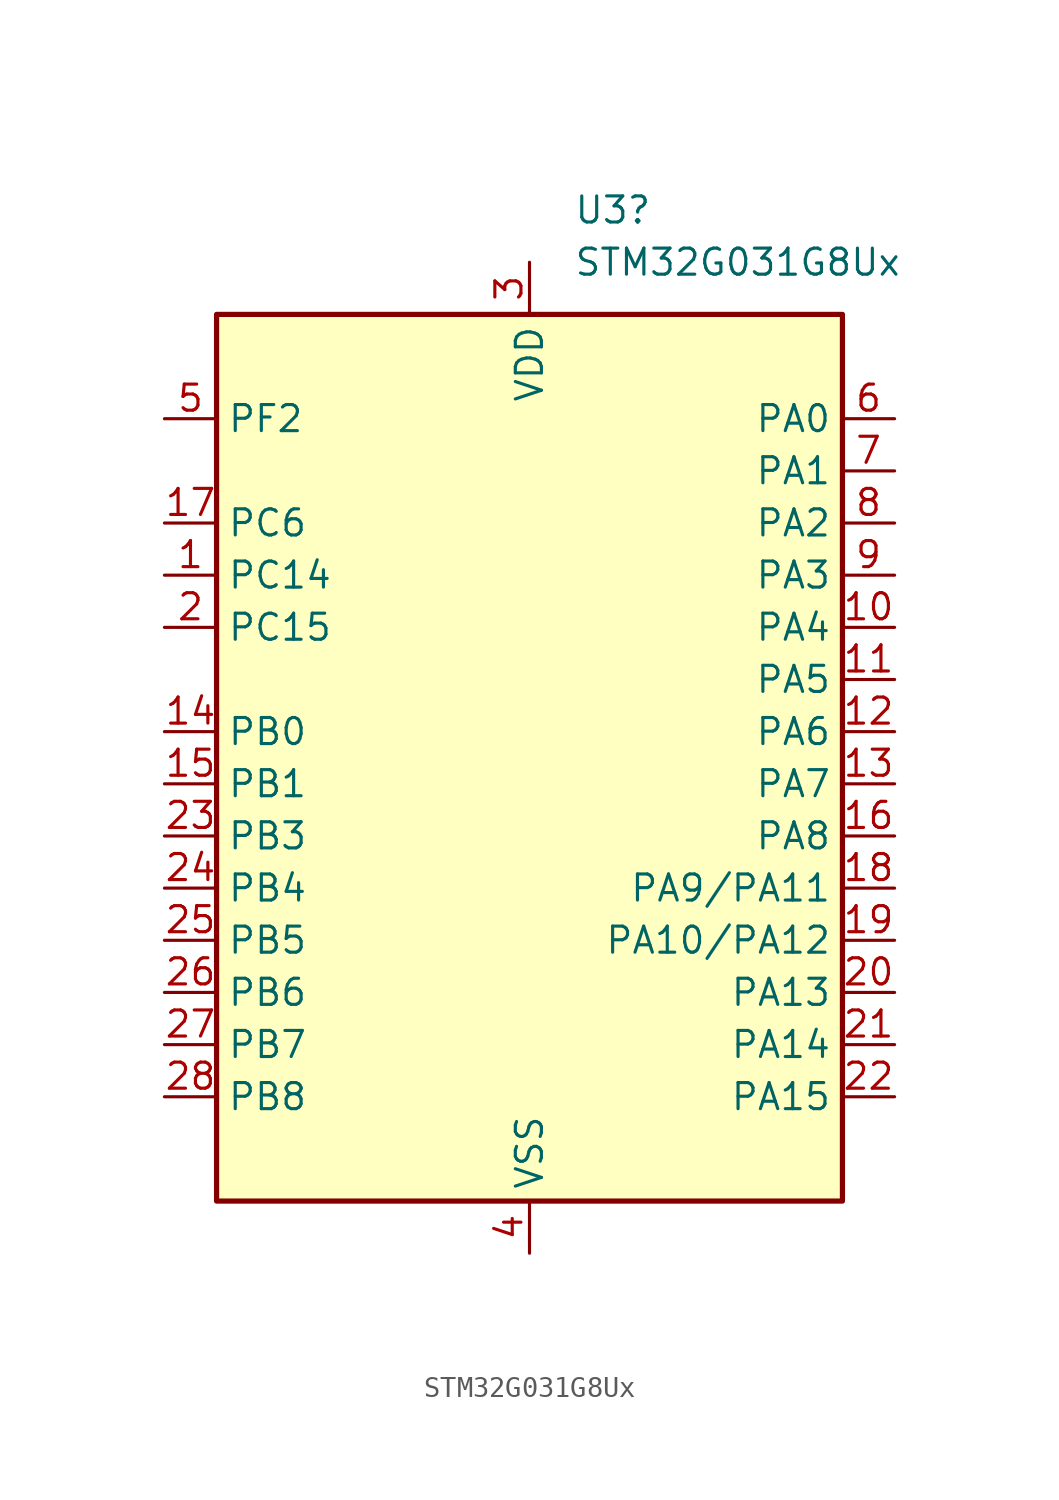
<source format=kicad_sym>
(kicad_symbol_lib
  (version 20241209)
  (generator "kicad_symbol_editor")
  (generator_version "9.0")
  (symbol "STM32G031G8Ux"
    (property "Reference" "U3"
      (at 2.143 27.94 0)
      (effects (font (size 1.27 1.27)) (justify left)))
    (property "Value" "STM32G031G8Ux"
      (at 2.143 25.4 0)
      (effects (font (size 1.27 1.27)) (justify left)))
    (symbol "STM32G031G8Ux_0_1"
      (rectangle (start -15.24 22.86) (end 15.24 -20.32) (stroke (width 0.254) (type default)) (fill (type background))))
    (symbol "STM32G031G8Ux_1_1"
      (pin bidirectional line (at -17.78 17.78 0) (length 2.54) (name "PF2" (effects (font (size 1.27 1.27)))) (number "5" (effects (font (size 1.27 1.27)))) (alternate "RCC_MCO" bidirectional line))
      (pin bidirectional line (at -17.78 12.7 0) (length 2.54) (name "PC6" (effects (font (size 1.27 1.27)))) (number "17" (effects (font (size 1.27 1.27)))) (alternate "TIM2_CH3" bidirectional line) (alternate "TIM3_CH1" bidirectional line))
      (pin bidirectional line (at -17.78 10.16 0) (length 2.54) (name "PC14" (effects (font (size 1.27 1.27)))) (number "1" (effects (font (size 1.27 1.27)))) (alternate "RCC_OSC32_IN" bidirectional line) (alternate "RCC_OSC_IN" bidirectional line) (alternate "TIM1_BK2" bidirectional line))
      (pin bidirectional line (at -17.78 7.62 0) (length 2.54) (name "PC15" (effects (font (size 1.27 1.27)))) (number "2" (effects (font (size 1.27 1.27)))) (alternate "RCC_OSC32_EN" bidirectional line) (alternate "RCC_OSC32_OUT" bidirectional line) (alternate "RCC_OSC_EN" bidirectional line))
      (pin bidirectional line (at -17.78 2.54 0) (length 2.54) (name "PB0" (effects (font (size 1.27 1.27)))) (number "14" (effects (font (size 1.27 1.27)))) (alternate "ADC1_IN8" bidirectional line) (alternate "I2S1_WS" bidirectional line) (alternate "LPTIM1_OUT" bidirectional line) (alternate "SPI1_NSS" bidirectional line) (alternate "TIM1_CH2N" bidirectional line) (alternate "TIM3_CH3" bidirectional line))
      (pin bidirectional line (at -17.78 0 0) (length 2.54) (name "PB1" (effects (font (size 1.27 1.27)))) (number "15" (effects (font (size 1.27 1.27)))) (alternate "ADC1_IN9" bidirectional line) (alternate "LPTIM2_IN1" bidirectional line) (alternate "LPUART1_DE" bidirectional line) (alternate "LPUART1_RTS" bidirectional line) (alternate "TIM14_CH1" bidirectional line) (alternate "TIM1_CH3N" bidirectional line) (alternate "TIM3_CH4" bidirectional line))
      (pin bidirectional line (at -17.78 -2.54 0) (length 2.54) (name "PB3" (effects (font (size 1.27 1.27)))) (number "23" (effects (font (size 1.27 1.27)))) (alternate "I2S1_CK" bidirectional line) (alternate "SPI1_SCK" bidirectional line) (alternate "TIM1_CH2" bidirectional line) (alternate "TIM2_CH2" bidirectional line) (alternate "USART1_CK" bidirectional line) (alternate "USART1_DE" bidirectional line) (alternate "USART1_RTS" bidirectional line))
      (pin bidirectional line (at -17.78 -5.08 0) (length 2.54) (name "PB4" (effects (font (size 1.27 1.27)))) (number "24" (effects (font (size 1.27 1.27)))) (alternate "I2S1_MCK" bidirectional line) (alternate "SPI1_MISO" bidirectional line) (alternate "TIM17_BK" bidirectional line) (alternate "TIM3_CH1" bidirectional line) (alternate "USART1_CTS" bidirectional line) (alternate "USART1_NSS" bidirectional line))
      (pin bidirectional line (at -17.78 -7.62 0) (length 2.54) (name "PB5" (effects (font (size 1.27 1.27)))) (number "25" (effects (font (size 1.27 1.27)))) (alternate "I2C1_SMBA" bidirectional line) (alternate "I2S1_SD" bidirectional line) (alternate "LPTIM1_IN1" bidirectional line) (alternate "SPI1_MOSI" bidirectional line) (alternate "SYS_WKUP6" bidirectional line) (alternate "TIM16_BK" bidirectional line) (alternate "TIM3_CH2" bidirectional line))
      (pin bidirectional line (at -17.78 -10.16 0) (length 2.54) (name "PB6" (effects (font (size 1.27 1.27)))) (number "26" (effects (font (size 1.27 1.27)))) (alternate "I2C1_SCL" bidirectional line) (alternate "LPTIM1_ETR" bidirectional line) (alternate "SPI2_MISO" bidirectional line) (alternate "TIM16_CH1N" bidirectional line) (alternate "TIM1_CH3" bidirectional line) (alternate "USART1_TX" bidirectional line))
      (pin bidirectional line (at -17.78 -12.7 0) (length 2.54) (name "PB7" (effects (font (size 1.27 1.27)))) (number "27" (effects (font (size 1.27 1.27)))) (alternate "ADC1_IN11" bidirectional line) (alternate "I2C1_SDA" bidirectional line) (alternate "LPTIM1_IN2" bidirectional line) (alternate "SPI2_MOSI" bidirectional line) (alternate "SYS_PVD_IN" bidirectional line) (alternate "TIM17_CH1N" bidirectional line) (alternate "USART1_RX" bidirectional line))
      (pin bidirectional line (at -17.78 -15.24 0) (length 2.54) (name "PB8" (effects (font (size 1.27 1.27)))) (number "28" (effects (font (size 1.27 1.27)))) (alternate "I2C1_SCL" bidirectional line) (alternate "SPI2_SCK" bidirectional line) (alternate "TIM16_CH1" bidirectional line))
      (pin power_in line (at 0 25.4 270) (length 2.54) (name "VDD" (effects (font (size 1.27 1.27)))) (number "3" (effects (font (size 1.27 1.27)))))
      (pin power_in line (at 0 -22.86 90) (length 2.54) (name "VSS" (effects (font (size 1.27 1.27)))) (number "4" (effects (font (size 1.27 1.27)))))
      (pin bidirectional line (at 17.78 17.78 180) (length 2.54) (name "PA0" (effects (font (size 1.27 1.27)))) (number "6" (effects (font (size 1.27 1.27)))) (alternate "ADC1_IN0" bidirectional line) (alternate "LPTIM1_OUT" bidirectional line) (alternate "RTC_TAMP_IN2" bidirectional line) (alternate "SPI2_SCK" bidirectional line) (alternate "SYS_WKUP1" bidirectional line) (alternate "TIM2_CH1" bidirectional line) (alternate "TIM2_ETR" bidirectional line) (alternate "USART2_CTS" bidirectional line) (alternate "USART2_NSS" bidirectional line))
      (pin bidirectional line (at 17.78 15.24 180) (length 2.54) (name "PA1" (effects (font (size 1.27 1.27)))) (number "7" (effects (font (size 1.27 1.27)))) (alternate "ADC1_IN1" bidirectional line) (alternate "I2C1_SMBA" bidirectional line) (alternate "I2S1_CK" bidirectional line) (alternate "SPI1_SCK" bidirectional line) (alternate "TIM2_CH2" bidirectional line) (alternate "USART2_CK" bidirectional line) (alternate "USART2_DE" bidirectional line) (alternate "USART2_RTS" bidirectional line))
      (pin bidirectional line (at 17.78 12.7 180) (length 2.54) (name "PA2" (effects (font (size 1.27 1.27)))) (number "8" (effects (font (size 1.27 1.27)))) (alternate "ADC1_IN2" bidirectional line) (alternate "I2S1_SD" bidirectional line) (alternate "LPUART1_TX" bidirectional line) (alternate "RCC_LSCO" bidirectional line) (alternate "SPI1_MOSI" bidirectional line) (alternate "SYS_WKUP4" bidirectional line) (alternate "TIM2_CH3" bidirectional line) (alternate "USART2_TX" bidirectional line))
      (pin bidirectional line (at 17.78 10.16 180) (length 2.54) (name "PA3" (effects (font (size 1.27 1.27)))) (number "9" (effects (font (size 1.27 1.27)))) (alternate "ADC1_IN3" bidirectional line) (alternate "LPUART1_RX" bidirectional line) (alternate "SPI2_MISO" bidirectional line) (alternate "TIM2_CH4" bidirectional line) (alternate "USART2_RX" bidirectional line))
      (pin bidirectional line (at 17.78 7.62 180) (length 2.54) (name "PA4" (effects (font (size 1.27 1.27)))) (number "10" (effects (font (size 1.27 1.27)))) (alternate "ADC1_IN4" bidirectional line) (alternate "I2S1_WS" bidirectional line) (alternate "LPTIM2_OUT" bidirectional line) (alternate "RTC_OUT_ALARM" bidirectional line) (alternate "RTC_OUT_CALIB" bidirectional line) (alternate "RTC_TAMP_IN1" bidirectional line) (alternate "RTC_TS" bidirectional line) (alternate "SPI1_NSS" bidirectional line) (alternate "SPI2_MOSI" bidirectional line) (alternate "SYS_WKUP2" bidirectional line) (alternate "TIM14_CH1" bidirectional line))
      (pin bidirectional line (at 17.78 5.08 180) (length 2.54) (name "PA5" (effects (font (size 1.27 1.27)))) (number "11" (effects (font (size 1.27 1.27)))) (alternate "ADC1_IN5" bidirectional line) (alternate "I2S1_CK" bidirectional line) (alternate "LPTIM2_ETR" bidirectional line) (alternate "SPI1_SCK" bidirectional line) (alternate "TIM2_CH1" bidirectional line) (alternate "TIM2_ETR" bidirectional line))
      (pin bidirectional line (at 17.78 2.54 180) (length 2.54) (name "PA6" (effects (font (size 1.27 1.27)))) (number "12" (effects (font (size 1.27 1.27)))) (alternate "ADC1_IN6" bidirectional line) (alternate "I2S1_MCK" bidirectional line) (alternate "LPUART1_CTS" bidirectional line) (alternate "SPI1_MISO" bidirectional line) (alternate "TIM16_CH1" bidirectional line) (alternate "TIM1_BK" bidirectional line) (alternate "TIM3_CH1" bidirectional line))
      (pin bidirectional line (at 17.78 0 180) (length 2.54) (name "PA7" (effects (font (size 1.27 1.27)))) (number "13" (effects (font (size 1.27 1.27)))) (alternate "ADC1_IN7" bidirectional line) (alternate "I2S1_SD" bidirectional line) (alternate "SPI1_MOSI" bidirectional line) (alternate "TIM14_CH1" bidirectional line) (alternate "TIM17_CH1" bidirectional line) (alternate "TIM1_CH1N" bidirectional line) (alternate "TIM3_CH2" bidirectional line))
      (pin bidirectional line (at 17.78 -2.54 180) (length 2.54) (name "PA8" (effects (font (size 1.27 1.27)))) (number "16" (effects (font (size 1.27 1.27)))) (alternate "LPTIM2_OUT" bidirectional line) (alternate "RCC_MCO" bidirectional line) (alternate "SPI2_NSS" bidirectional line) (alternate "TIM1_CH1" bidirectional line))
      (pin bidirectional line (at 17.78 -5.08 180) (length 2.54) (name "PA9/PA11" (effects (font (size 1.27 1.27)))) (number "18" (effects (font (size 1.27 1.27)))) (alternate "ADC1_EXTI11 (PA11)" bidirectional line) (alternate "ADC1_IN15 (PA11)" bidirectional line) (alternate "I2C1_SCL (PA9)" bidirectional line) (alternate "I2C2_SCL (PA11)" bidirectional line) (alternate "I2S1_MCK (PA11)" bidirectional line) (alternate "PA11" bidirectional line) (alternate "PA9" bidirectional line) (alternate "RCC_MCO (PA9)" bidirectional line) (alternate "SPI1_MISO (PA11)" bidirectional line) (alternate "SPI2_MISO (PA9)" bidirectional line) (alternate "TIM1_BK2 (PA11)" bidirectional line) (alternate "TIM1_CH2 (PA9)" bidirectional line) (alternate "TIM1_CH4 (PA11)" bidirectional line) (alternate "USART1_CTS (PA11)" bidirectional line) (alternate "USART1_NSS (PA11)" bidirectional line) (alternate "USART1_TX (PA9)" bidirectional line))
      (pin bidirectional line (at 17.78 -7.62 180) (length 2.54) (name "PA10/PA12" (effects (font (size 1.27 1.27)))) (number "19" (effects (font (size 1.27 1.27)))) (alternate "ADC1_IN16 (PA12)" bidirectional line) (alternate "I2C1_SDA (PA10)" bidirectional line) (alternate "I2C2_SDA (PA12)" bidirectional line) (alternate "I2S1_SD (PA12)" bidirectional line) (alternate "I2S_CKIN (PA12)" bidirectional line) (alternate "PA10" bidirectional line) (alternate "PA12" bidirectional line) (alternate "SPI1_MOSI (PA12)" bidirectional line) (alternate "SPI2_MOSI (PA10)" bidirectional line) (alternate "TIM17_BK (PA10)" bidirectional line) (alternate "TIM1_CH3 (PA10)" bidirectional line) (alternate "TIM1_ETR (PA12)" bidirectional line) (alternate "USART1_CK (PA12)" bidirectional line) (alternate "USART1_DE (PA12)" bidirectional line) (alternate "USART1_RTS (PA12)" bidirectional line) (alternate "USART1_RX (PA10)" bidirectional line))
      (pin bidirectional line (at 17.78 -10.16 180) (length 2.54) (name "PA13" (effects (font (size 1.27 1.27)))) (number "20" (effects (font (size 1.27 1.27)))) (alternate "ADC1_IN17" bidirectional line) (alternate "IR_OUT" bidirectional line) (alternate "SYS_SWDIO" bidirectional line))
      (pin bidirectional line (at 17.78 -12.7 180) (length 2.54) (name "PA14" (effects (font (size 1.27 1.27)))) (number "21" (effects (font (size 1.27 1.27)))) (alternate "ADC1_IN18" bidirectional line) (alternate "SYS_SWCLK" bidirectional line) (alternate "USART2_TX" bidirectional line))
      (pin bidirectional line (at 17.78 -15.24 180) (length 2.54) (name "PA15" (effects (font (size 1.27 1.27)))) (number "22" (effects (font (size 1.27 1.27)))) (alternate "I2S1_WS" bidirectional line) (alternate "SPI1_NSS" bidirectional line) (alternate "TIM2_CH1" bidirectional line) (alternate "TIM2_ETR" bidirectional line) (alternate "USART2_RX" bidirectional line)))))
</source>
